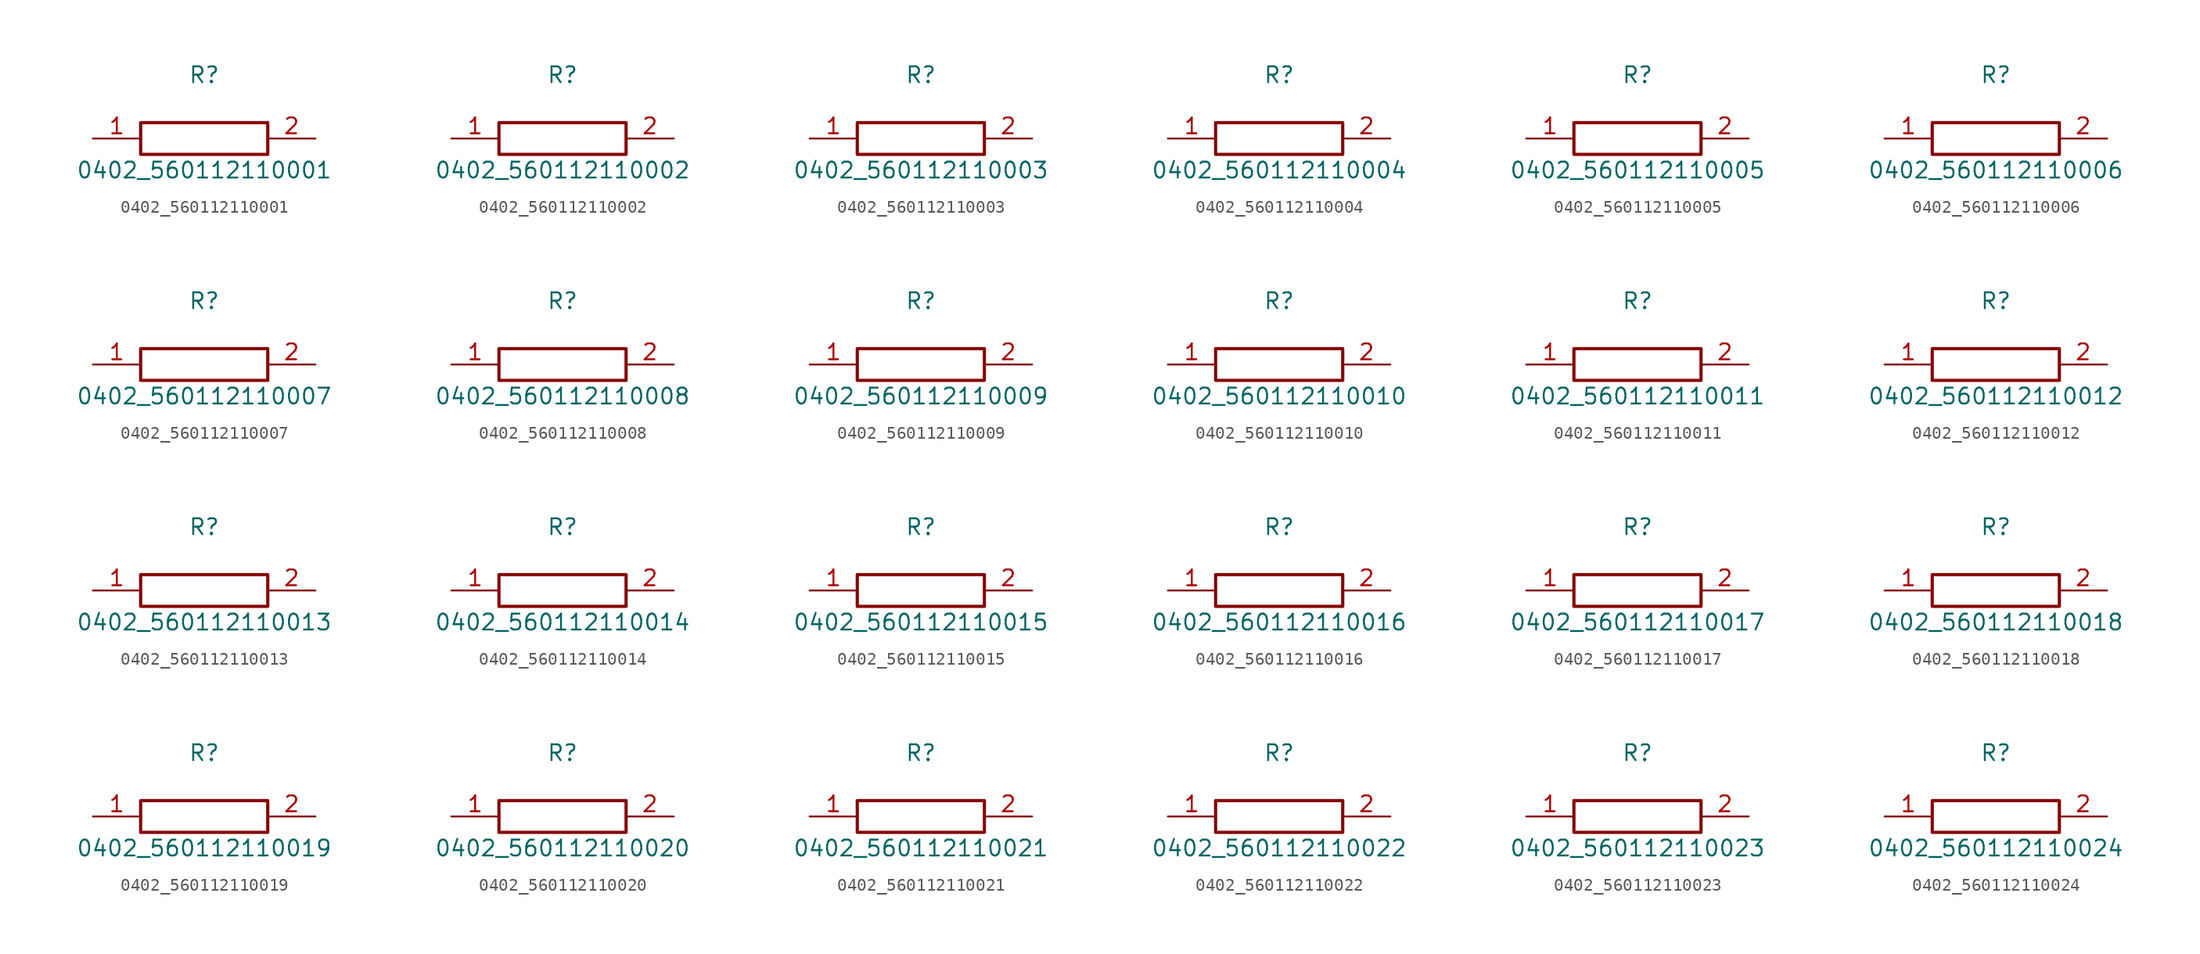
<source format=kicad_sym>
(kicad_symbol_lib
  (version 20211014)
  (generator kicad_symbol_editor)
  (symbol "Resistor_Wurth_WRIS-RSKS:0402_560112110001"
    (pin_names hide)
    (property "Reference" "R"
      (at 0 5.08 0)
      (effects (font (size 1.27 1.27))))
    (property "Value" "0402_560112110001"
      (at 0 -2.54 0)
      (effects (font (size 1.27 1.27))))
    (symbol "0402_560112110001_0_1"
      (rectangle (start -5.08 1.27) (end 5.08 -1.27) (stroke (width 0.254) (type solid)) (fill (type none)))
      (pin passive line (at -8.89 0 0) (length 3.81) (name "1" (effects (font (size 1.27 1.27)))) (number "1" (effects (font (size 1.27 1.27)))))
      (pin passive line (at 8.89 0 180) (length 3.81) (name "2" (effects (font (size 1.27 1.27)))) (number "2" (effects (font (size 1.27 1.27)))))))
  (symbol "Resistor_Wurth_WRIS-RSKS:0402_560112110002"
    (pin_names hide)
    (property "Reference" "R"
      (at 0 5.08 0)
      (effects (font (size 1.27 1.27))))
    (property "Value" "0402_560112110002"
      (at 0 -2.54 0)
      (effects (font (size 1.27 1.27))))
    (symbol "0402_560112110002_0_1"
      (rectangle (start -5.08 1.27) (end 5.08 -1.27) (stroke (width 0.254) (type solid)) (fill (type none)))
      (pin passive line (at -8.89 0 0) (length 3.81) (name "1" (effects (font (size 1.27 1.27)))) (number "1" (effects (font (size 1.27 1.27)))))
      (pin passive line (at 8.89 0 180) (length 3.81) (name "2" (effects (font (size 1.27 1.27)))) (number "2" (effects (font (size 1.27 1.27)))))))
  (symbol "Resistor_Wurth_WRIS-RSKS:0402_560112110003"
    (pin_names hide)
    (property "Reference" "R"
      (at 0 5.08 0)
      (effects (font (size 1.27 1.27))))
    (property "Value" "0402_560112110003"
      (at 0 -2.54 0)
      (effects (font (size 1.27 1.27))))
    (symbol "0402_560112110003_0_1"
      (rectangle (start -5.08 1.27) (end 5.08 -1.27) (stroke (width 0.254) (type solid)) (fill (type none)))
      (pin passive line (at -8.89 0 0) (length 3.81) (name "1" (effects (font (size 1.27 1.27)))) (number "1" (effects (font (size 1.27 1.27)))))
      (pin passive line (at 8.89 0 180) (length 3.81) (name "2" (effects (font (size 1.27 1.27)))) (number "2" (effects (font (size 1.27 1.27)))))))
  (symbol "Resistor_Wurth_WRIS-RSKS:0402_560112110004"
    (pin_names hide)
    (property "Reference" "R"
      (at 0 5.08 0)
      (effects (font (size 1.27 1.27))))
    (property "Value" "0402_560112110004"
      (at 0 -2.54 0)
      (effects (font (size 1.27 1.27))))
    (symbol "0402_560112110004_0_1"
      (rectangle (start -5.08 1.27) (end 5.08 -1.27) (stroke (width 0.254) (type solid)) (fill (type none)))
      (pin passive line (at -8.89 0 0) (length 3.81) (name "1" (effects (font (size 1.27 1.27)))) (number "1" (effects (font (size 1.27 1.27)))))
      (pin passive line (at 8.89 0 180) (length 3.81) (name "2" (effects (font (size 1.27 1.27)))) (number "2" (effects (font (size 1.27 1.27)))))))
  (symbol "Resistor_Wurth_WRIS-RSKS:0402_560112110005"
    (pin_names hide)
    (property "Reference" "R"
      (at 0 5.08 0)
      (effects (font (size 1.27 1.27))))
    (property "Value" "0402_560112110005"
      (at 0 -2.54 0)
      (effects (font (size 1.27 1.27))))
    (symbol "0402_560112110005_0_1"
      (rectangle (start -5.08 1.27) (end 5.08 -1.27) (stroke (width 0.254) (type solid)) (fill (type none)))
      (pin passive line (at -8.89 0 0) (length 3.81) (name "1" (effects (font (size 1.27 1.27)))) (number "1" (effects (font (size 1.27 1.27)))))
      (pin passive line (at 8.89 0 180) (length 3.81) (name "2" (effects (font (size 1.27 1.27)))) (number "2" (effects (font (size 1.27 1.27)))))))
  (symbol "Resistor_Wurth_WRIS-RSKS:0402_560112110006"
    (pin_names hide)
    (property "Reference" "R"
      (at 0 5.08 0)
      (effects (font (size 1.27 1.27))))
    (property "Value" "0402_560112110006"
      (at 0 -2.54 0)
      (effects (font (size 1.27 1.27))))
    (symbol "0402_560112110006_0_1"
      (rectangle (start -5.08 1.27) (end 5.08 -1.27) (stroke (width 0.254) (type solid)) (fill (type none)))
      (pin passive line (at -8.89 0 0) (length 3.81) (name "1" (effects (font (size 1.27 1.27)))) (number "1" (effects (font (size 1.27 1.27)))))
      (pin passive line (at 8.89 0 180) (length 3.81) (name "2" (effects (font (size 1.27 1.27)))) (number "2" (effects (font (size 1.27 1.27)))))))
  (symbol "Resistor_Wurth_WRIS-RSKS:0402_560112110007"
    (pin_names hide)
    (property "Reference" "R"
      (at 0 5.08 0)
      (effects (font (size 1.27 1.27))))
    (property "Value" "0402_560112110007"
      (at 0 -2.54 0)
      (effects (font (size 1.27 1.27))))
    (symbol "0402_560112110007_0_1"
      (rectangle (start -5.08 1.27) (end 5.08 -1.27) (stroke (width 0.254) (type solid)) (fill (type none)))
      (pin passive line (at -8.89 0 0) (length 3.81) (name "1" (effects (font (size 1.27 1.27)))) (number "1" (effects (font (size 1.27 1.27)))))
      (pin passive line (at 8.89 0 180) (length 3.81) (name "2" (effects (font (size 1.27 1.27)))) (number "2" (effects (font (size 1.27 1.27)))))))
  (symbol "Resistor_Wurth_WRIS-RSKS:0402_560112110008"
    (pin_names hide)
    (property "Reference" "R"
      (at 0 5.08 0)
      (effects (font (size 1.27 1.27))))
    (property "Value" "0402_560112110008"
      (at 0 -2.54 0)
      (effects (font (size 1.27 1.27))))
    (symbol "0402_560112110008_0_1"
      (rectangle (start -5.08 1.27) (end 5.08 -1.27) (stroke (width 0.254) (type solid)) (fill (type none)))
      (pin passive line (at -8.89 0 0) (length 3.81) (name "1" (effects (font (size 1.27 1.27)))) (number "1" (effects (font (size 1.27 1.27)))))
      (pin passive line (at 8.89 0 180) (length 3.81) (name "2" (effects (font (size 1.27 1.27)))) (number "2" (effects (font (size 1.27 1.27)))))))
  (symbol "Resistor_Wurth_WRIS-RSKS:0402_560112110009"
    (pin_names hide)
    (property "Reference" "R"
      (at 0 5.08 0)
      (effects (font (size 1.27 1.27))))
    (property "Value" "0402_560112110009"
      (at 0 -2.54 0)
      (effects (font (size 1.27 1.27))))
    (symbol "0402_560112110009_0_1"
      (rectangle (start -5.08 1.27) (end 5.08 -1.27) (stroke (width 0.254) (type solid)) (fill (type none)))
      (pin passive line (at -8.89 0 0) (length 3.81) (name "1" (effects (font (size 1.27 1.27)))) (number "1" (effects (font (size 1.27 1.27)))))
      (pin passive line (at 8.89 0 180) (length 3.81) (name "2" (effects (font (size 1.27 1.27)))) (number "2" (effects (font (size 1.27 1.27)))))))
  (symbol "Resistor_Wurth_WRIS-RSKS:0402_560112110010"
    (pin_names hide)
    (property "Reference" "R"
      (at 0 5.08 0)
      (effects (font (size 1.27 1.27))))
    (property "Value" "0402_560112110010"
      (at 0 -2.54 0)
      (effects (font (size 1.27 1.27))))
    (symbol "0402_560112110010_0_1"
      (rectangle (start -5.08 1.27) (end 5.08 -1.27) (stroke (width 0.254) (type solid)) (fill (type none)))
      (pin passive line (at -8.89 0 0) (length 3.81) (name "1" (effects (font (size 1.27 1.27)))) (number "1" (effects (font (size 1.27 1.27)))))
      (pin passive line (at 8.89 0 180) (length 3.81) (name "2" (effects (font (size 1.27 1.27)))) (number "2" (effects (font (size 1.27 1.27)))))))
  (symbol "Resistor_Wurth_WRIS-RSKS:0402_560112110011"
    (pin_names hide)
    (property "Reference" "R"
      (at 0 5.08 0)
      (effects (font (size 1.27 1.27))))
    (property "Value" "0402_560112110011"
      (at 0 -2.54 0)
      (effects (font (size 1.27 1.27))))
    (symbol "0402_560112110011_0_1"
      (rectangle (start -5.08 1.27) (end 5.08 -1.27) (stroke (width 0.254) (type solid)) (fill (type none)))
      (pin passive line (at -8.89 0 0) (length 3.81) (name "1" (effects (font (size 1.27 1.27)))) (number "1" (effects (font (size 1.27 1.27)))))
      (pin passive line (at 8.89 0 180) (length 3.81) (name "2" (effects (font (size 1.27 1.27)))) (number "2" (effects (font (size 1.27 1.27)))))))
  (symbol "Resistor_Wurth_WRIS-RSKS:0402_560112110012"
    (pin_names hide)
    (property "Reference" "R"
      (at 0 5.08 0)
      (effects (font (size 1.27 1.27))))
    (property "Value" "0402_560112110012"
      (at 0 -2.54 0)
      (effects (font (size 1.27 1.27))))
    (symbol "0402_560112110012_0_1"
      (rectangle (start -5.08 1.27) (end 5.08 -1.27) (stroke (width 0.254) (type solid)) (fill (type none)))
      (pin passive line (at -8.89 0 0) (length 3.81) (name "1" (effects (font (size 1.27 1.27)))) (number "1" (effects (font (size 1.27 1.27)))))
      (pin passive line (at 8.89 0 180) (length 3.81) (name "2" (effects (font (size 1.27 1.27)))) (number "2" (effects (font (size 1.27 1.27)))))))
  (symbol "Resistor_Wurth_WRIS-RSKS:0402_560112110013"
    (pin_names hide)
    (property "Reference" "R"
      (at 0 5.08 0)
      (effects (font (size 1.27 1.27))))
    (property "Value" "0402_560112110013"
      (at 0 -2.54 0)
      (effects (font (size 1.27 1.27))))
    (symbol "0402_560112110013_0_1"
      (rectangle (start -5.08 1.27) (end 5.08 -1.27) (stroke (width 0.254) (type solid)) (fill (type none)))
      (pin passive line (at -8.89 0 0) (length 3.81) (name "1" (effects (font (size 1.27 1.27)))) (number "1" (effects (font (size 1.27 1.27)))))
      (pin passive line (at 8.89 0 180) (length 3.81) (name "2" (effects (font (size 1.27 1.27)))) (number "2" (effects (font (size 1.27 1.27)))))))
  (symbol "Resistor_Wurth_WRIS-RSKS:0402_560112110014"
    (pin_names hide)
    (property "Reference" "R"
      (at 0 5.08 0)
      (effects (font (size 1.27 1.27))))
    (property "Value" "0402_560112110014"
      (at 0 -2.54 0)
      (effects (font (size 1.27 1.27))))
    (symbol "0402_560112110014_0_1"
      (rectangle (start -5.08 1.27) (end 5.08 -1.27) (stroke (width 0.254) (type solid)) (fill (type none)))
      (pin passive line (at -8.89 0 0) (length 3.81) (name "1" (effects (font (size 1.27 1.27)))) (number "1" (effects (font (size 1.27 1.27)))))
      (pin passive line (at 8.89 0 180) (length 3.81) (name "2" (effects (font (size 1.27 1.27)))) (number "2" (effects (font (size 1.27 1.27)))))))
  (symbol "Resistor_Wurth_WRIS-RSKS:0402_560112110015"
    (pin_names hide)
    (property "Reference" "R"
      (at 0 5.08 0)
      (effects (font (size 1.27 1.27))))
    (property "Value" "0402_560112110015"
      (at 0 -2.54 0)
      (effects (font (size 1.27 1.27))))
    (symbol "0402_560112110015_0_1"
      (rectangle (start -5.08 1.27) (end 5.08 -1.27) (stroke (width 0.254) (type solid)) (fill (type none)))
      (pin passive line (at -8.89 0 0) (length 3.81) (name "1" (effects (font (size 1.27 1.27)))) (number "1" (effects (font (size 1.27 1.27)))))
      (pin passive line (at 8.89 0 180) (length 3.81) (name "2" (effects (font (size 1.27 1.27)))) (number "2" (effects (font (size 1.27 1.27)))))))
  (symbol "Resistor_Wurth_WRIS-RSKS:0402_560112110016"
    (pin_names hide)
    (property "Reference" "R"
      (at 0 5.08 0)
      (effects (font (size 1.27 1.27))))
    (property "Value" "0402_560112110016"
      (at 0 -2.54 0)
      (effects (font (size 1.27 1.27))))
    (symbol "0402_560112110016_0_1"
      (rectangle (start -5.08 1.27) (end 5.08 -1.27) (stroke (width 0.254) (type solid)) (fill (type none)))
      (pin passive line (at -8.89 0 0) (length 3.81) (name "1" (effects (font (size 1.27 1.27)))) (number "1" (effects (font (size 1.27 1.27)))))
      (pin passive line (at 8.89 0 180) (length 3.81) (name "2" (effects (font (size 1.27 1.27)))) (number "2" (effects (font (size 1.27 1.27)))))))
  (symbol "Resistor_Wurth_WRIS-RSKS:0402_560112110017"
    (pin_names hide)
    (property "Reference" "R"
      (at 0 5.08 0)
      (effects (font (size 1.27 1.27))))
    (property "Value" "0402_560112110017"
      (at 0 -2.54 0)
      (effects (font (size 1.27 1.27))))
    (symbol "0402_560112110017_0_1"
      (rectangle (start -5.08 1.27) (end 5.08 -1.27) (stroke (width 0.254) (type solid)) (fill (type none)))
      (pin passive line (at -8.89 0 0) (length 3.81) (name "1" (effects (font (size 1.27 1.27)))) (number "1" (effects (font (size 1.27 1.27)))))
      (pin passive line (at 8.89 0 180) (length 3.81) (name "2" (effects (font (size 1.27 1.27)))) (number "2" (effects (font (size 1.27 1.27)))))))
  (symbol "Resistor_Wurth_WRIS-RSKS:0402_560112110018"
    (pin_names hide)
    (property "Reference" "R"
      (at 0 5.08 0)
      (effects (font (size 1.27 1.27))))
    (property "Value" "0402_560112110018"
      (at 0 -2.54 0)
      (effects (font (size 1.27 1.27))))
    (symbol "0402_560112110018_0_1"
      (rectangle (start -5.08 1.27) (end 5.08 -1.27) (stroke (width 0.254) (type solid)) (fill (type none)))
      (pin passive line (at -8.89 0 0) (length 3.81) (name "1" (effects (font (size 1.27 1.27)))) (number "1" (effects (font (size 1.27 1.27)))))
      (pin passive line (at 8.89 0 180) (length 3.81) (name "2" (effects (font (size 1.27 1.27)))) (number "2" (effects (font (size 1.27 1.27)))))))
  (symbol "Resistor_Wurth_WRIS-RSKS:0402_560112110019"
    (pin_names hide)
    (property "Reference" "R"
      (at 0 5.08 0)
      (effects (font (size 1.27 1.27))))
    (property "Value" "0402_560112110019"
      (at 0 -2.54 0)
      (effects (font (size 1.27 1.27))))
    (symbol "0402_560112110019_0_1"
      (rectangle (start -5.08 1.27) (end 5.08 -1.27) (stroke (width 0.254) (type solid)) (fill (type none)))
      (pin passive line (at -8.89 0 0) (length 3.81) (name "1" (effects (font (size 1.27 1.27)))) (number "1" (effects (font (size 1.27 1.27)))))
      (pin passive line (at 8.89 0 180) (length 3.81) (name "2" (effects (font (size 1.27 1.27)))) (number "2" (effects (font (size 1.27 1.27)))))))
  (symbol "Resistor_Wurth_WRIS-RSKS:0402_560112110020"
    (pin_names hide)
    (property "Reference" "R"
      (at 0 5.08 0)
      (effects (font (size 1.27 1.27))))
    (property "Value" "0402_560112110020"
      (at 0 -2.54 0)
      (effects (font (size 1.27 1.27))))
    (symbol "0402_560112110020_0_1"
      (rectangle (start -5.08 1.27) (end 5.08 -1.27) (stroke (width 0.254) (type solid)) (fill (type none)))
      (pin passive line (at -8.89 0 0) (length 3.81) (name "1" (effects (font (size 1.27 1.27)))) (number "1" (effects (font (size 1.27 1.27)))))
      (pin passive line (at 8.89 0 180) (length 3.81) (name "2" (effects (font (size 1.27 1.27)))) (number "2" (effects (font (size 1.27 1.27)))))))
  (symbol "Resistor_Wurth_WRIS-RSKS:0402_560112110021"
    (pin_names hide)
    (property "Reference" "R"
      (at 0 5.08 0)
      (effects (font (size 1.27 1.27))))
    (property "Value" "0402_560112110021"
      (at 0 -2.54 0)
      (effects (font (size 1.27 1.27))))
    (symbol "0402_560112110021_0_1"
      (rectangle (start -5.08 1.27) (end 5.08 -1.27) (stroke (width 0.254) (type solid)) (fill (type none)))
      (pin passive line (at -8.89 0 0) (length 3.81) (name "1" (effects (font (size 1.27 1.27)))) (number "1" (effects (font (size 1.27 1.27)))))
      (pin passive line (at 8.89 0 180) (length 3.81) (name "2" (effects (font (size 1.27 1.27)))) (number "2" (effects (font (size 1.27 1.27)))))))
  (symbol "Resistor_Wurth_WRIS-RSKS:0402_560112110022"
    (pin_names hide)
    (property "Reference" "R"
      (at 0 5.08 0)
      (effects (font (size 1.27 1.27))))
    (property "Value" "0402_560112110022"
      (at 0 -2.54 0)
      (effects (font (size 1.27 1.27))))
    (symbol "0402_560112110022_0_1"
      (rectangle (start -5.08 1.27) (end 5.08 -1.27) (stroke (width 0.254) (type solid)) (fill (type none)))
      (pin passive line (at -8.89 0 0) (length 3.81) (name "1" (effects (font (size 1.27 1.27)))) (number "1" (effects (font (size 1.27 1.27)))))
      (pin passive line (at 8.89 0 180) (length 3.81) (name "2" (effects (font (size 1.27 1.27)))) (number "2" (effects (font (size 1.27 1.27)))))))
  (symbol "Resistor_Wurth_WRIS-RSKS:0402_560112110023"
    (pin_names hide)
    (property "Reference" "R"
      (at 0 5.08 0)
      (effects (font (size 1.27 1.27))))
    (property "Value" "0402_560112110023"
      (at 0 -2.54 0)
      (effects (font (size 1.27 1.27))))
    (symbol "0402_560112110023_0_1"
      (rectangle (start -5.08 1.27) (end 5.08 -1.27) (stroke (width 0.254) (type solid)) (fill (type none)))
      (pin passive line (at -8.89 0 0) (length 3.81) (name "1" (effects (font (size 1.27 1.27)))) (number "1" (effects (font (size 1.27 1.27)))))
      (pin passive line (at 8.89 0 180) (length 3.81) (name "2" (effects (font (size 1.27 1.27)))) (number "2" (effects (font (size 1.27 1.27)))))))
  (symbol "Resistor_Wurth_WRIS-RSKS:0402_560112110024"
    (pin_names hide)
    (property "Reference" "R"
      (at 0 5.08 0)
      (effects (font (size 1.27 1.27))))
    (property "Value" "0402_560112110024"
      (at 0 -2.54 0)
      (effects (font (size 1.27 1.27))))
    (symbol "0402_560112110024_0_1"
      (rectangle (start -5.08 1.27) (end 5.08 -1.27) (stroke (width 0.254) (type solid)) (fill (type none)))
      (pin passive line (at -8.89 0 0) (length 3.81) (name "1" (effects (font (size 1.27 1.27)))) (number "1" (effects (font (size 1.27 1.27)))))
      (pin passive line (at 8.89 0 180) (length 3.81) (name "2" (effects (font (size 1.27 1.27)))) (number "2" (effects (font (size 1.27 1.27))))))))
</source>
